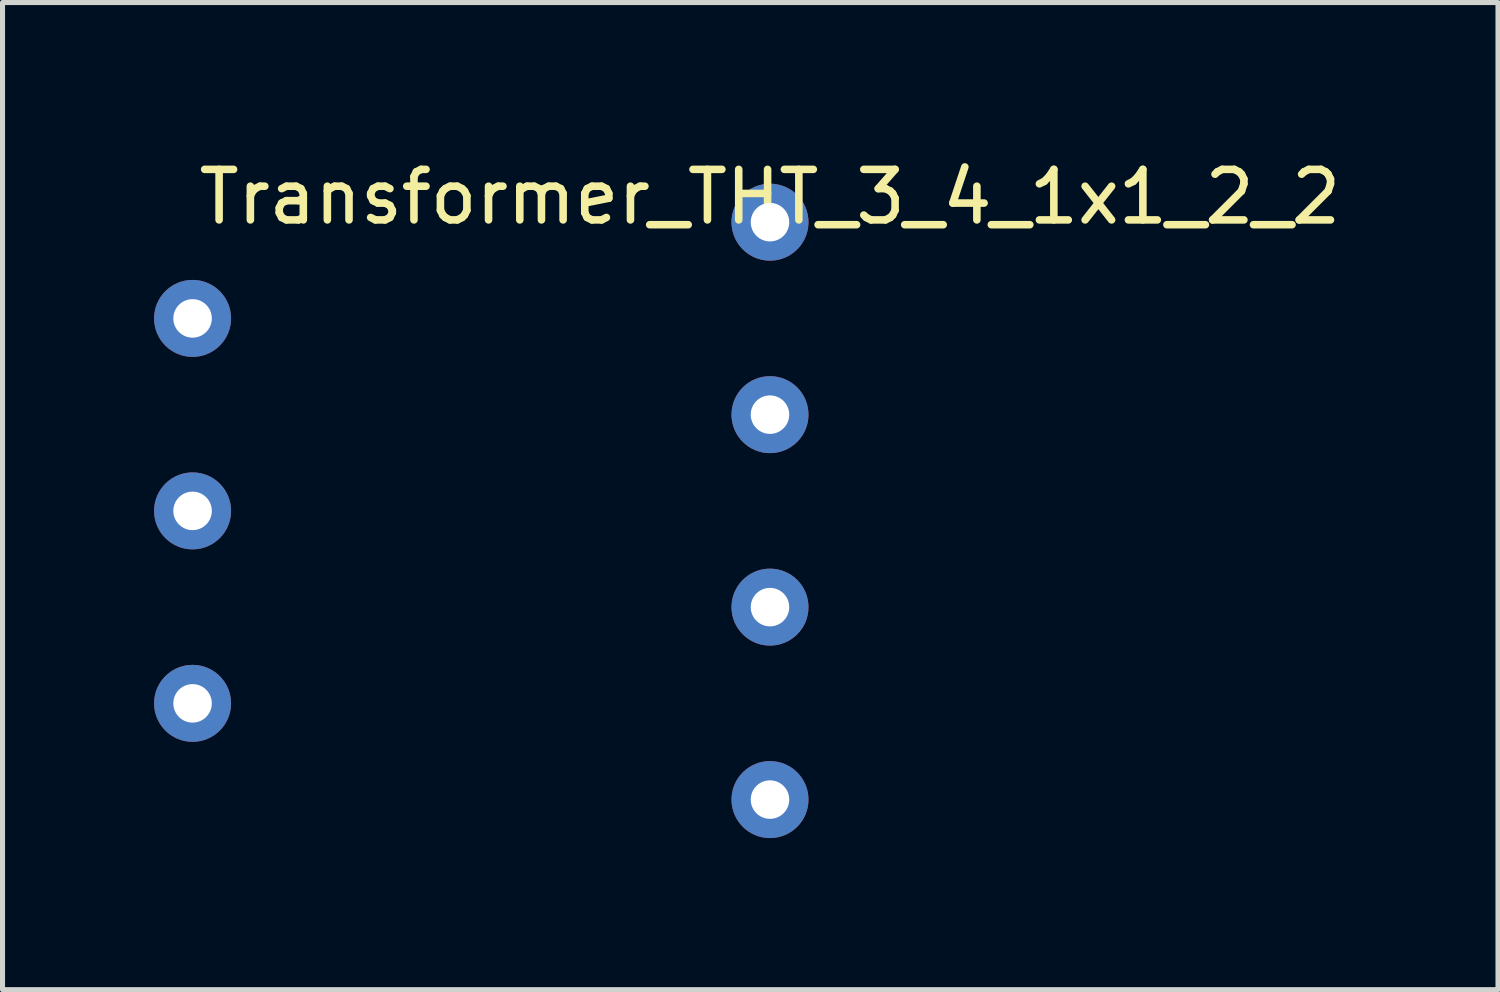
<source format=kicad_pcb>
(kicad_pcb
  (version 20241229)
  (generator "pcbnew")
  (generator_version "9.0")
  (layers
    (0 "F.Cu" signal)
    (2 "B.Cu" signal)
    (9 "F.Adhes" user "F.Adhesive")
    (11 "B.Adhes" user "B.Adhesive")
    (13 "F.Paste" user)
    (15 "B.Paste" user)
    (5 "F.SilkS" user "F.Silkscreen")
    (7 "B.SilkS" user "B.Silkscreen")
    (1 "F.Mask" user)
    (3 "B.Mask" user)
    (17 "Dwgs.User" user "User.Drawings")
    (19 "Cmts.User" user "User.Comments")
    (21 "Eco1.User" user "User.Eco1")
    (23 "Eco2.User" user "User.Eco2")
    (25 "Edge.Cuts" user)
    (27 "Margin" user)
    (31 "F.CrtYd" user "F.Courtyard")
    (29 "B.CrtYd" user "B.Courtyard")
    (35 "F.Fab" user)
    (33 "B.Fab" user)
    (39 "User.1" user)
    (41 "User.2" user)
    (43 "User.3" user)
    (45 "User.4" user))
  (footprint "Transformer_THT_3_4_1x1_2_2"
    (layer "F.Cu")
    (at 12.192 1.348)
    (property "Reference" "Transformer_THT_3_4_1x1_2_2" (at 0 -0.5 0) (unlocked yes) (layer "F.SilkS") (effects (font (size 1 1) (thickness 0.15))))
    (attr through_hole)
    (pad "1" thru_hole circle (at 0 0) (size 1.524 1.524) (drill 0.762) (layers "*.Cu" "*.Mask"))
    (pad "2" thru_hole circle (at 0 3.81) (size 1.524 1.524) (drill 0.762) (layers "*.Cu" "*.Mask"))
    (pad "3" thru_hole circle (at -11.43 9.525) (size 1.524 1.524) (drill 0.762) (layers "*.Cu" "*.Mask"))
    (pad "4" thru_hole circle (at -11.43 5.715) (size 1.524 1.524) (drill 0.762) (layers "*.Cu" "*.Mask"))
    (pad "5" thru_hole circle (at -11.43 1.905) (size 1.524 1.524) (drill 0.762) (layers "*.Cu" "*.Mask"))
    (pad "6" thru_hole circle (at 0 7.62) (size 1.524 1.524) (drill 0.762) (layers "*.Cu" "*.Mask"))
    (pad "7" thru_hole circle (at 0 11.43) (size 1.524 1.524) (drill 0.762) (layers "*.Cu" "*.Mask")))
  (gr_rect
    (start -3 -3)
    (end 26.603 16.54)
    (stroke (width 0.1) (type default))
    (fill no)
    (layer "Edge.Cuts")))
</source>
